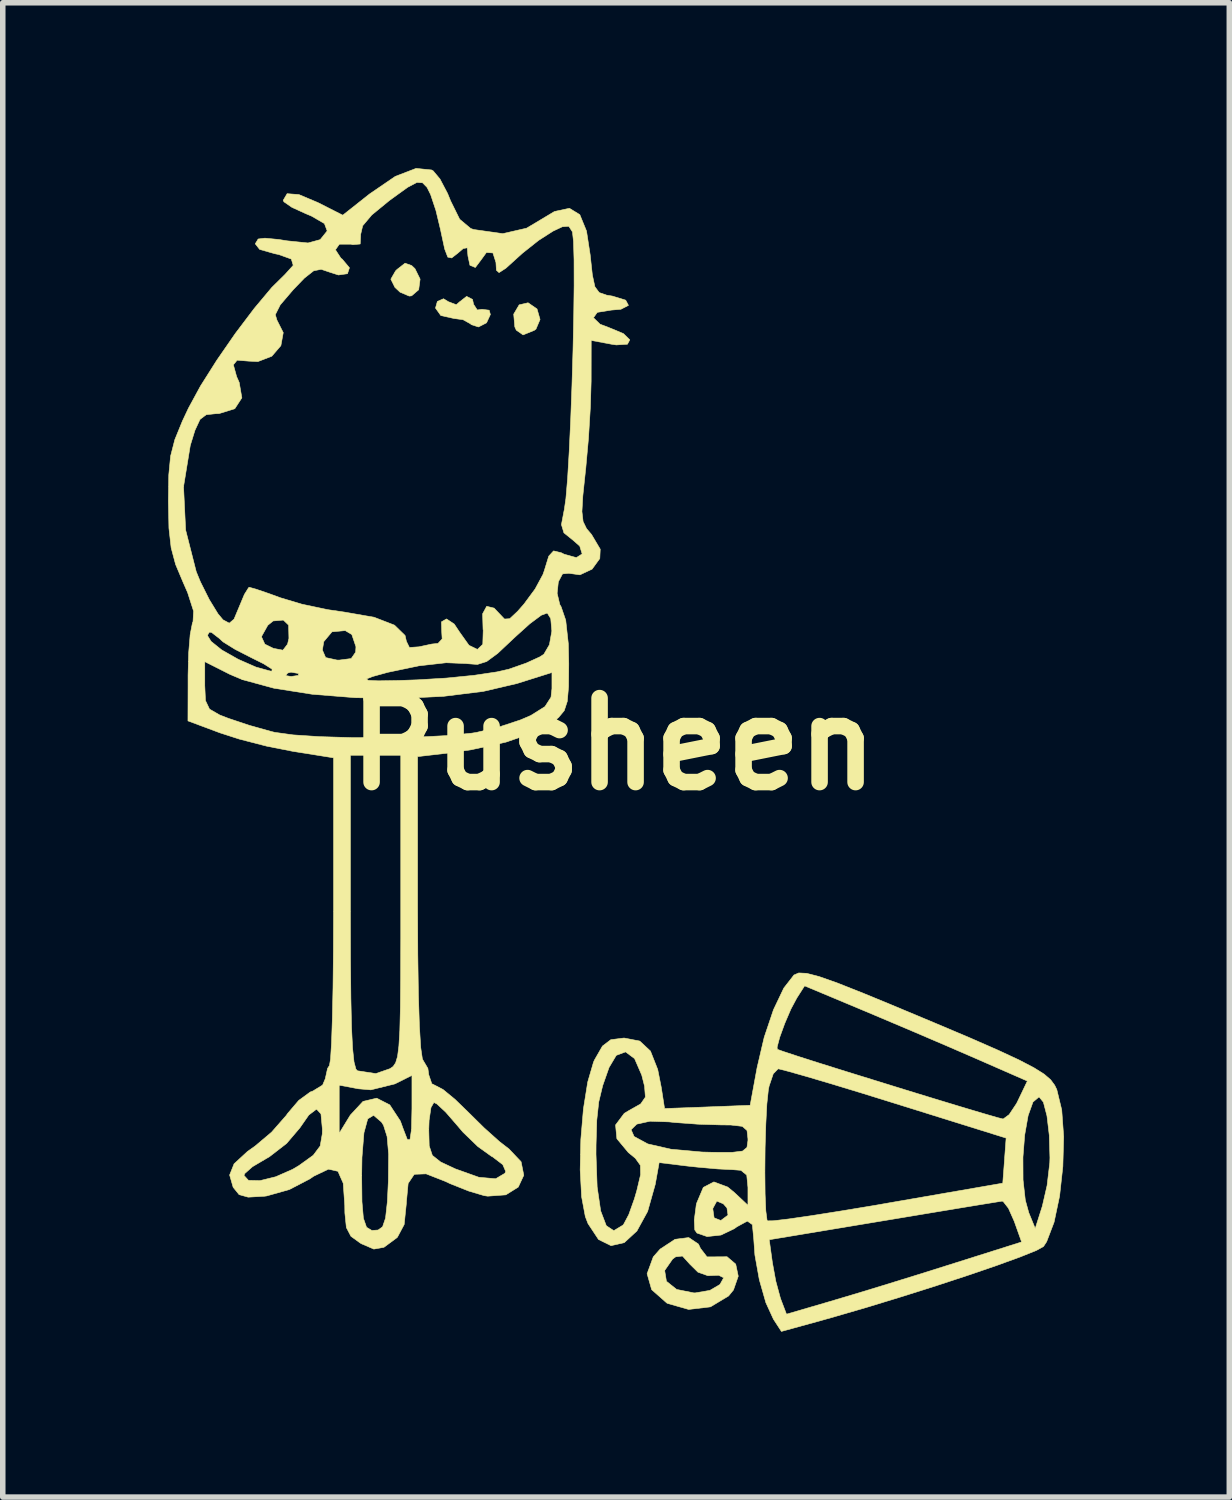
<source format=kicad_pcb>
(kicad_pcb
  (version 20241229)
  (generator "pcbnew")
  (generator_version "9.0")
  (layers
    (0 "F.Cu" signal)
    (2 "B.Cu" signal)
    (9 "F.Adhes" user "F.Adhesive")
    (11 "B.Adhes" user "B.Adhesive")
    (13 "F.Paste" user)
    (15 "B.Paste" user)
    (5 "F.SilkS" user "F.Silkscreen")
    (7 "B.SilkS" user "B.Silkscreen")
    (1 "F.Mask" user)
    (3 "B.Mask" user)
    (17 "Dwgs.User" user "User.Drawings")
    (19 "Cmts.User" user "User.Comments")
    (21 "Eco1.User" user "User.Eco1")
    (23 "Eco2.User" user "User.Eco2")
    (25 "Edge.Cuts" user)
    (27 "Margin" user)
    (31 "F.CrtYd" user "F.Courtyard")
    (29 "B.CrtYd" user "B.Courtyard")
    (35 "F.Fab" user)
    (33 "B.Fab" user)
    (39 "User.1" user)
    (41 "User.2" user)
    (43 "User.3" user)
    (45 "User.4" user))
  (footprint "Pusheen"
    (layer "F.Cu")
    (at 8.082 10.45)
    (property "Reference" "Pusheen" (at 0 0 0) (layer "F.SilkS") (effects (font (size 1.524 1.524) (thickness 0.3))))
    (attr through_hole)
    (fp_poly (pts (xy -1.389 -7.895) (xy -1.334 -7.704) (xy -1.408 -7.53) (xy -1.438 -7.507) (xy -1.642 -7.424) (xy -1.765 -7.51) (xy -1.792 -7.569) (xy -1.812 -7.801) (xy -1.713 -7.969) (xy -1.551 -8.007) (xy -1.389 -7.895)) (stroke (width 0.01) (type solid)) (fill yes) (layer "F.SilkS"))
    (fp_poly (pts (xy -3.663 -8.682) (xy -3.603 -8.625) (xy -3.51 -8.436) (xy -3.536 -8.243) (xy -3.664 -8.133) (xy -3.707 -8.128) (xy -3.874 -8.199) (xy -3.967 -8.286) (xy -4.041 -8.435) (xy -3.956 -8.584) (xy -3.928 -8.612) (xy -3.783 -8.725) (xy -3.663 -8.682)) (stroke (width 0.01) (type solid)) (fill yes) (layer "F.SilkS"))
    (fp_poly (pts (xy -2.559 -8.068) (xy -2.54 -7.979) (xy -2.473 -7.876) (xy -2.388 -7.888) (xy -2.257 -7.872) (xy -2.235 -7.794) (xy -2.305 -7.643) (xy -2.451 -7.568) (xy -2.584 -7.611) (xy -2.594 -7.624) (xy -2.732 -7.7) (xy -2.896 -7.722) (xy -3.134 -7.775) (xy -3.231 -7.911) (xy -3.197 -8.031) (xy -3.085 -8.08) (xy -2.997 -8.026) (xy -2.853 -7.971) (xy -2.797 -8.021) (xy -2.666 -8.123) (xy -2.559 -8.068)) (stroke (width 0.01) (type solid)) (fill yes) (layer "F.SilkS"))
    (fp_poly (pts (xy 1.54 9.071) (xy 1.576 9.148) (xy 1.695 9.303) (xy 1.812 9.303) (xy 2.059 9.301) (xy 2.216 9.435) (xy 2.262 9.654) (xy 2.175 9.904) (xy 2.086 10.013) (xy 1.758 10.21) (xy 1.362 10.257) (xy 0.977 10.147) (xy 0.965 10.14) (xy 0.691 9.898) (xy 0.608 9.608) (xy 0.63 9.55) (xy 0.927 9.55) (xy 0.959 9.746) (xy 1.144 9.894) (xy 1.457 9.957) (xy 1.481 9.957) (xy 1.748 9.911) (xy 1.93 9.804) (xy 1.998 9.682) (xy 1.907 9.637) (xy 1.711 9.645) (xy 1.531 9.581) (xy 1.385 9.437) (xy 1.25 9.288) (xy 1.127 9.302) (xy 1.071 9.343) (xy 0.927 9.55) (xy 0.63 9.55) (xy 0.72 9.304) (xy 0.845 9.162) (xy 1.116 8.984) (xy 1.364 8.953) (xy 1.54 9.071)) (stroke (width 0.01) (type solid)) (fill yes) (layer "F.SilkS"))
    (fp_poly (pts (xy 3.503 4.159) (xy 3.728 4.217) (xy 4.065 4.336) (xy 4.539 4.524) (xy 5.003 4.715) (xy 5.823 5.058) (xy 6.475 5.334) (xy 6.979 5.555) (xy 7.357 5.731) (xy 7.627 5.872) (xy 7.812 5.988) (xy 7.93 6.09) (xy 8.003 6.189) (xy 8.041 6.267) (xy 8.131 6.638) (xy 8.166 7.123) (xy 8.151 7.663) (xy 8.092 8.2) (xy 7.992 8.674) (xy 7.857 9.028) (xy 7.8 9.115) (xy 7.674 9.185) (xy 7.386 9.301) (xy 6.966 9.454) (xy 6.447 9.632) (xy 5.86 9.825) (xy 5.238 10.022) (xy 4.613 10.213) (xy 4.016 10.387) (xy 3.783 10.453) (xy 3.045 10.656) (xy 2.9 10.433) (xy 2.763 10.134) (xy 2.644 9.717) (xy 2.564 9.27) (xy 2.544 8.992) (xy 2.824 8.992) (xy 2.881 9.405) (xy 2.943 9.744) (xy 3.024 10.043) (xy 3.037 10.081) (xy 3.137 10.343) (xy 3.931 10.111) (xy 4.341 9.989) (xy 4.877 9.826) (xy 5.469 9.643) (xy 6.048 9.461) (xy 6.064 9.456) (xy 7.403 9.033) (xy 7.269 8.657) (xy 7.164 8.421) (xy 7.068 8.298) (xy 7.047 8.292) (xy 6.924 8.312) (xy 6.633 8.359) (xy 6.203 8.43) (xy 5.667 8.519) (xy 5.055 8.621) (xy 4.892 8.648) (xy 2.824 8.992) (xy 2.544 8.992) (xy 2.542 8.966) (xy 2.518 8.718) (xy 2.427 8.654) (xy 2.236 8.758) (xy 2.19 8.792) (xy 1.949 8.907) (xy 1.697 8.935) (xy 1.513 8.871) (xy 1.473 8.814) (xy 1.464 8.634) (xy 1.491 8.431) (xy 1.8 8.431) (xy 1.824 8.595) (xy 1.946 8.643) (xy 2.076 8.546) (xy 2.057 8.415) (xy 1.992 8.341) (xy 1.873 8.291) (xy 1.802 8.422) (xy 1.8 8.431) (xy 1.491 8.431) (xy 1.499 8.365) (xy 1.506 8.332) (xy 1.628 8.043) (xy 1.82 7.943) (xy 2.07 8.036) (xy 2.193 8.137) (xy 2.438 8.367) (xy 2.438 8.044) (xy 2.416 7.819) (xy 2.345 7.761) (xy 2.745 7.761) (xy 2.749 8.159) (xy 2.762 8.467) (xy 2.784 8.635) (xy 2.792 8.65) (xy 2.902 8.648) (xy 3.181 8.615) (xy 3.601 8.554) (xy 4.131 8.47) (xy 4.741 8.369) (xy 4.951 8.332) (xy 7.061 7.966) (xy 7.092 7.557) (xy 7.096 7.496) (xy 7.427 7.496) (xy 7.429 7.907) (xy 7.47 8.274) (xy 7.533 8.502) (xy 7.65 8.788) (xy 7.779 8.382) (xy 7.865 8.009) (xy 7.914 7.596) (xy 7.917 7.506) (xy 7.905 7.098) (xy 7.863 6.745) (xy 7.798 6.496) (xy 7.72 6.401) (xy 7.719 6.401) (xy 7.609 6.494) (xy 7.521 6.74) (xy 7.459 7.091) (xy 7.427 7.496) (xy 7.096 7.496) (xy 7.122 7.148) (xy 5.11 6.52) (xy 4.501 6.331) (xy 3.955 6.165) (xy 3.502 6.031) (xy 3.174 5.938) (xy 3.001 5.894) (xy 2.985 5.892) (xy 2.897 5.982) (xy 2.822 6.204) (xy 2.808 6.274) (xy 2.781 6.53) (xy 2.762 6.897) (xy 2.749 7.324) (xy 2.745 7.761) (xy 2.345 7.761) (xy 2.311 7.733) (xy 2.159 7.721) (xy 1.892 7.708) (xy 1.532 7.676) (xy 1.353 7.657) (xy 0.827 7.593) (xy 0.756 7.988) (xy 0.618 8.478) (xy 0.423 8.834) (xy 0.194 9.045) (xy -0.046 9.1) (xy -0.273 8.988) (xy -0.464 8.699) (xy -0.513 8.571) (xy -0.58 8.212) (xy -0.606 7.725) (xy -0.6 7.441) (xy -0.319 7.441) (xy -0.298 8.034) (xy -0.234 8.47) (xy -0.132 8.738) (xy 0.004 8.828) (xy 0.169 8.728) (xy 0.185 8.708) (xy 0.276 8.536) (xy 0.378 8.25) (xy 0.421 8.103) (xy 0.49 7.813) (xy 0.487 7.643) (xy 0.395 7.514) (xy 0.268 7.41) (xy 0.06 7.16) (xy 0.044 6.996) (xy 0.318 6.996) (xy 0.372 7.119) (xy 0.621 7.254) (xy 1.041 7.35) (xy 1.606 7.401) (xy 1.803 7.406) (xy 2.15 7.407) (xy 2.34 7.384) (xy 2.42 7.318) (xy 2.438 7.192) (xy 2.438 7.163) (xy 2.421 7.01) (xy 2.335 6.935) (xy 2.127 6.911) (xy 1.945 6.909) (xy 1.53 6.896) (xy 1.106 6.865) (xy 1.005 6.854) (xy 0.661 6.842) (xy 0.421 6.895) (xy 0.318 6.996) (xy 0.044 6.996) (xy 0.036 6.91) (xy 0.194 6.699) (xy 0.281 6.647) (xy 0.492 6.528) (xy 0.577 6.405) (xy 0.562 6.206) (xy 0.511 6.005) (xy 0.381 5.706) (xy 0.217 5.584) (xy 0.049 5.647) (xy -0.082 5.867) (xy -0.198 6.197) (xy -0.269 6.492) (xy -0.305 6.825) (xy -0.318 7.267) (xy -0.319 7.441) (xy -0.6 7.441) (xy -0.594 7.172) (xy -0.547 6.619) (xy -0.469 6.131) (xy -0.364 5.771) (xy -0.348 5.734) (xy -0.202 5.479) (xy -0.05 5.363) (xy 0.178 5.334) (xy 0.199 5.334) (xy 0.475 5.388) (xy 0.669 5.569) (xy 0.801 5.904) (xy 0.865 6.227) (xy 0.925 6.612) (xy 1.701 6.583) (xy 2.478 6.553) (xy 2.603 5.874) (xy 2.691 5.497) (xy 2.967 5.497) (xy 2.971 5.538) (xy 3.08 5.577) (xy 3.347 5.665) (xy 3.739 5.79) (xy 4.218 5.94) (xy 4.751 6.105) (xy 5.3 6.275) (xy 5.832 6.438) (xy 6.31 6.583) (xy 6.699 6.699) (xy 6.964 6.776) (xy 7.068 6.802) (xy 7.177 6.722) (xy 7.312 6.519) (xy 7.341 6.46) (xy 7.507 6.113) (xy 6.573 5.704) (xy 6.061 5.482) (xy 5.456 5.223) (xy 4.852 4.967) (xy 4.553 4.841) (xy 3.466 4.386) (xy 3.325 4.606) (xy 3.218 4.806) (xy 3.106 5.067) (xy 3.014 5.32) (xy 2.967 5.497) (xy 2.691 5.497) (xy 2.733 5.319) (xy 2.901 4.82) (xy 3.088 4.427) (xy 3.273 4.189) (xy 3.36 4.152) (xy 3.503 4.159)) (stroke (width 0.01) (type solid)) (fill yes) (layer "F.SilkS"))
    (fp_poly (pts (xy -3.301 -10.416) (xy -3.273 -10.4) (xy -3.15 -10.253) (xy -3.011 -9.989) (xy -2.957 -9.856) (xy -2.792 -9.522) (xy -2.592 -9.355) (xy -2.539 -9.336) (xy -2.01 -9.261) (xy -1.579 -9.36) (xy -1.444 -9.44) (xy -1.072 -9.663) (xy -0.801 -9.721) (xy -0.613 -9.606) (xy -0.491 -9.308) (xy -0.425 -8.88) (xy -0.385 -8.512) (xy -0.339 -8.298) (xy -0.261 -8.192) (xy -0.125 -8.145) (xy -0.021 -8.128) (xy 0.22 -8.054) (xy 0.27 -7.96) (xy 0.133 -7.889) (xy -0.042 -7.874) (xy -0.296 -7.833) (xy -0.365 -7.735) (xy -0.245 -7.618) (xy -0.087 -7.558) (xy 0.178 -7.448) (xy 0.294 -7.335) (xy 0.252 -7.255) (xy 0.049 -7.242) (xy -0.038 -7.255) (xy -0.406 -7.324) (xy -0.407 -6.583) (xy -0.421 -6.113) (xy -0.455 -5.552) (xy -0.504 -5.01) (xy -0.512 -4.937) (xy -0.558 -4.502) (xy -0.574 -4.219) (xy -0.553 -4.038) (xy -0.491 -3.91) (xy -0.4 -3.803) (xy -0.242 -3.536) (xy -0.25 -3.367) (xy -0.39 -3.174) (xy -0.61 -3.071) (xy -0.813 -3.099) (xy -0.926 -3.088) (xy -1.002 -2.944) (xy -1.024 -2.736) (xy -0.976 -2.533) (xy -0.952 -2.492) (xy -0.868 -2.247) (xy -0.821 -1.82) (xy -0.813 -1.458) (xy -0.817 -1.041) (xy -0.84 -0.775) (xy -0.895 -0.607) (xy -0.996 -0.485) (xy -1.083 -0.412) (xy -1.441 -0.211) (xy -1.955 -0.035) (xy -2.579 0.102) (xy -2.972 0.159) (xy -3.556 0.227) (xy -3.556 2.952) (xy -3.552 3.824) (xy -3.541 4.548) (xy -3.523 5.113) (xy -3.499 5.505) (xy -3.469 5.711) (xy -3.454 5.74) (xy -3.369 5.884) (xy -3.353 6) (xy -3.298 6.162) (xy -3.226 6.198) (xy -3.095 6.266) (xy -2.876 6.446) (xy -2.635 6.68) (xy -2.346 6.965) (xy -2.069 7.213) (xy -1.898 7.345) (xy -1.678 7.577) (xy -1.629 7.822) (xy -1.729 8.037) (xy -1.955 8.178) (xy -2.283 8.202) (xy -2.349 8.192) (xy -2.628 8.109) (xy -2.963 7.976) (xy -3.054 7.933) (xy -3.401 7.797) (xy -3.616 7.805) (xy -3.727 7.97) (xy -3.759 8.309) (xy -3.759 8.326) (xy -3.799 8.716) (xy -3.922 8.947) (xy -3.937 8.96) (xy -4.167 9.13) (xy -4.35 9.162) (xy -4.573 9.066) (xy -4.597 9.052) (xy -4.765 8.93) (xy -4.848 8.771) (xy -4.875 8.507) (xy -4.877 8.369) (xy -4.905 7.967) (xy -4.965 7.832) (xy -4.57 7.832) (xy -4.565 8.302) (xy -4.539 8.603) (xy -4.482 8.766) (xy -4.386 8.824) (xy -4.272 8.816) (xy -4.191 8.758) (xy -4.137 8.599) (xy -4.104 8.301) (xy -4.086 7.923) (xy -4.081 7.442) (xy -4.109 7.12) (xy -4.174 6.915) (xy -4.211 6.857) (xy -4.354 6.735) (xy -4.46 6.799) (xy -4.529 7.052) (xy -4.565 7.5) (xy -4.57 7.832) (xy -4.965 7.832) (xy -5 7.751) (xy -5.173 7.712) (xy -5.439 7.839) (xy -5.512 7.889) (xy -5.883 8.082) (xy -6.295 8.198) (xy -6.334 8.203) (xy -6.629 8.22) (xy -6.794 8.174) (xy -6.899 8.044) (xy -6.903 8.037) (xy -6.964 7.825) (xy -6.706 7.825) (xy -6.624 7.915) (xy -6.415 7.92) (xy -6.13 7.85) (xy -5.823 7.715) (xy -5.71 7.648) (xy -5.449 7.46) (xy -5.323 7.292) (xy -5.285 7.073) (xy -5.283 6.988) (xy -5.309 6.709) (xy -5.389 6.623) (xy -5.529 6.729) (xy -5.692 6.963) (xy -5.933 7.246) (xy -6.246 7.488) (xy -6.309 7.524) (xy -6.551 7.667) (xy -6.691 7.791) (xy -6.706 7.825) (xy -6.964 7.825) (xy -6.966 7.818) (xy -6.885 7.615) (xy -6.641 7.39) (xy -6.505 7.294) (xy -6.205 7.041) (xy -5.939 6.738) (xy -5.915 6.703) (xy -5.712 6.465) (xy -5.503 6.312) (xy -5.455 6.294) (xy -5.282 6.188) (xy -4.978 6.188) (xy -4.978 6.625) (xy -4.978 7.061) (xy -4.776 6.731) (xy -4.546 6.483) (xy -4.298 6.424) (xy -4.061 6.545) (xy -3.868 6.839) (xy -3.815 6.985) (xy -3.742 7.174) (xy -3.694 7.177) (xy -3.667 6.997) (xy -3.353 6.997) (xy -3.345 7.29) (xy -3.288 7.462) (xy -3.137 7.582) (xy -2.87 7.707) (xy -2.444 7.859) (xy -2.139 7.886) (xy -1.972 7.787) (xy -1.957 7.753) (xy -2.01 7.63) (xy -2.193 7.49) (xy -2.218 7.477) (xy -2.462 7.302) (xy -2.733 7.04) (xy -2.842 6.912) (xy -3.044 6.679) (xy -3.204 6.53) (xy -3.26 6.502) (xy -3.313 6.594) (xy -3.347 6.826) (xy -3.353 6.997) (xy -3.667 6.997) (xy -3.666 6.988) (xy -3.658 6.612) (xy -3.658 6.01) (xy -3.968 6.165) (xy -4.404 6.273) (xy -4.628 6.254) (xy -4.978 6.188) (xy -5.282 6.188) (xy -5.279 6.186) (xy -5.231 6.073) (xy -5.189 5.883) (xy -5.155 5.832) (xy -5.135 5.715) (xy -5.117 5.421) (xy -5.102 4.978) (xy -5.09 4.414) (xy -5.083 3.754) (xy -5.08 3.027) (xy -5.08 3.003) (xy -5.08 0.249) (xy -5.368 0.203) (xy -4.775 0.203) (xy -4.775 3.04) (xy -4.773 3.921) (xy -4.766 4.617) (xy -4.754 5.144) (xy -4.735 5.522) (xy -4.709 5.767) (xy -4.675 5.896) (xy -4.648 5.927) (xy -4.314 5.978) (xy -4.057 5.889) (xy -3.999 5.849) (xy -3.954 5.782) (xy -3.919 5.666) (xy -3.895 5.476) (xy -3.878 5.191) (xy -3.868 4.786) (xy -3.863 4.238) (xy -3.861 3.525) (xy -3.861 2.994) (xy -3.861 0.203) (xy -4.775 0.203) (xy -5.368 0.203) (xy -5.82 0.131) (xy -6.296 0.037) (xy -6.791 -0.091) (xy -7.141 -0.204) (xy -7.722 -0.421) (xy -7.72 -1.061) (xy -7.417 -1.061) (xy -7.404 -0.789) (xy -7.331 -0.635) (xy -7.146 -0.528) (xy -6.985 -0.466) (xy -6.605 -0.339) (xy -6.216 -0.23) (xy -6.147 -0.213) (xy -5.814 -0.167) (xy -5.333 -0.135) (xy -4.756 -0.118) (xy -4.138 -0.116) (xy -3.533 -0.128) (xy -2.993 -0.156) (xy -2.574 -0.198) (xy -2.486 -0.212) (xy -2.079 -0.31) (xy -1.688 -0.439) (xy -1.502 -0.519) (xy -1.245 -0.68) (xy -1.135 -0.851) (xy -1.118 -1.007) (xy -1.118 -1.299) (xy -1.753 -1.099) (xy -2.365 -0.956) (xy -3.091 -0.866) (xy -3.881 -0.828) (xy -4.688 -0.842) (xy -5.465 -0.904) (xy -6.163 -1.014) (xy -6.735 -1.17) (xy -6.766 -1.183) (xy -4.482 -1.183) (xy -4.454 -1.157) (xy -4.268 -1.148) (xy -3.906 -1.154) (xy -3.556 -1.166) (xy -3.031 -1.198) (xy -2.529 -1.248) (xy -2.115 -1.31) (xy -1.9 -1.359) (xy -1.584 -1.47) (xy -1.337 -1.583) (xy -1.265 -1.63) (xy -1.164 -1.803) (xy -1.12 -2.051) (xy -1.14 -2.277) (xy -1.203 -2.378) (xy -1.312 -2.338) (xy -1.519 -2.184) (xy -1.782 -1.947) (xy -1.815 -1.916) (xy -2.102 -1.646) (xy -2.303 -1.498) (xy -2.471 -1.445) (xy -2.657 -1.459) (xy -2.669 -1.461) (xy -3.037 -1.476) (xy -3.533 -1.42) (xy -4.097 -1.302) (xy -4.369 -1.227) (xy -4.482 -1.183) (xy -6.766 -1.183) (xy -6.908 -1.243) (xy -5.95 -1.243) (xy -5.85 -1.227) (xy -5.719 -1.246) (xy -5.717 -1.281) (xy -5.853 -1.305) (xy -5.912 -1.289) (xy -5.95 -1.243) (xy -6.908 -1.243) (xy -6.964 -1.267) (xy -7.417 -1.496) (xy -7.417 -1.061) (xy -7.72 -1.061) (xy -7.72 -1.252) (xy -7.709 -1.657) (xy -7.683 -1.971) (xy -7.369 -1.971) (xy -7.302 -1.863) (xy -7.109 -1.708) (xy -6.809 -1.538) (xy -6.488 -1.397) (xy -6.231 -1.326) (xy -6.198 -1.324) (xy -6.196 -1.36) (xy -6.347 -1.456) (xy -6.566 -1.565) (xy -6.865 -1.718) (xy -7.084 -1.854) (xy -7.156 -1.92) (xy -7.194 -1.949) (xy -6.389 -1.949) (xy -6.327 -1.813) (xy -6.172 -1.737) (xy -5.999 -1.704) (xy -5.996 -1.707) (xy -5.283 -1.707) (xy -5.224 -1.57) (xy -5.019 -1.525) (xy -4.978 -1.524) (xy -4.76 -1.552) (xy -4.68 -1.668) (xy -4.674 -1.766) (xy -4.749 -1.988) (xy -4.868 -2.059) (xy -5.109 -2.037) (xy -5.258 -1.859) (xy -5.283 -1.707) (xy -5.996 -1.707) (xy -5.915 -1.813) (xy -5.89 -1.918) (xy -5.896 -2.159) (xy -5.991 -2.25) (xy -6.177 -2.234) (xy -6.274 -2.155) (xy -6.389 -1.949) (xy -7.194 -1.949) (xy -7.294 -2.026) (xy -7.334 -2.032) (xy -7.369 -1.971) (xy -7.683 -1.971) (xy -7.681 -1.992) (xy -7.641 -2.197) (xy -7.63 -2.223) (xy -7.62 -2.413) (xy -7.728 -2.749) (xy -7.809 -2.934) (xy -7.946 -3.259) (xy -8.027 -3.562) (xy -8.067 -3.917) (xy -8.077 -4.398) (xy -8.077 -4.42) (xy -8.073 -4.672) (xy -7.802 -4.672) (xy -7.764 -3.884) (xy -7.572 -3.129) (xy -7.497 -2.946) (xy -7.335 -2.622) (xy -7.177 -2.364) (xy -7.086 -2.255) (xy -6.972 -2.194) (xy -6.886 -2.267) (xy -6.795 -2.484) (xy -6.698 -2.716) (xy -6.621 -2.839) (xy -6.609 -2.845) (xy -6.49 -2.812) (xy -6.244 -2.728) (xy -6.045 -2.655) (xy -5.654 -2.538) (xy -5.185 -2.439) (xy -4.877 -2.394) (xy -4.344 -2.301) (xy -3.975 -2.158) (xy -3.783 -1.971) (xy -3.759 -1.865) (xy -3.704 -1.753) (xy -3.531 -1.765) (xy -3.299 -1.815) (xy -3.185 -1.827) (xy -3.11 -1.908) (xy -3.117 -2.021) (xy -3.123 -2.218) (xy -3.031 -2.271) (xy -2.891 -2.178) (xy -2.796 -2.035) (xy -2.623 -1.792) (xy -2.47 -1.718) (xy -2.373 -1.81) (xy -2.365 -2.065) (xy -2.368 -2.081) (xy -2.376 -2.364) (xy -2.302 -2.5) (xy -2.167 -2.467) (xy -2.077 -2.372) (xy -1.979 -2.269) (xy -1.884 -2.275) (xy -1.741 -2.409) (xy -1.626 -2.54) (xy -1.423 -2.815) (xy -1.281 -3.078) (xy -1.256 -3.15) (xy -1.176 -3.41) (xy -1.089 -3.505) (xy -0.95 -3.472) (xy -0.897 -3.445) (xy -0.675 -3.383) (xy -0.57 -3.45) (xy -0.614 -3.593) (xy -0.74 -3.703) (xy -0.901 -3.833) (xy -0.946 -3.982) (xy -0.898 -4.236) (xy -0.895 -4.246) (xy -0.865 -4.455) (xy -0.834 -4.821) (xy -0.805 -5.309) (xy -0.778 -5.883) (xy -0.755 -6.507) (xy -0.736 -7.145) (xy -0.723 -7.761) (xy -0.716 -8.32) (xy -0.717 -8.785) (xy -0.727 -9.12) (xy -0.746 -9.291) (xy -0.747 -9.294) (xy -0.812 -9.395) (xy -0.93 -9.386) (xy -1.098 -9.307) (xy -1.36 -9.139) (xy -1.651 -8.908) (xy -1.72 -8.846) (xy -1.954 -8.634) (xy -2.078 -8.554) (xy -2.126 -8.597) (xy -2.134 -8.738) (xy -2.189 -8.911) (xy -2.307 -8.919) (xy -2.402 -8.788) (xy -2.508 -8.647) (xy -2.606 -8.687) (xy -2.642 -8.855) (xy -2.655 -9.004) (xy -2.728 -8.991) (xy -2.831 -8.903) (xy -2.938 -8.82) (xy -3.008 -8.835) (xy -3.064 -8.982) (xy -3.131 -9.292) (xy -3.138 -9.327) (xy -3.223 -9.681) (xy -3.32 -9.972) (xy -3.384 -10.1) (xy -3.466 -10.184) (xy -3.569 -10.19) (xy -3.736 -10.102) (xy -4.01 -9.904) (xy -4.069 -9.861) (xy -4.387 -9.6) (xy -4.552 -9.404) (xy -4.59 -9.242) (xy -4.589 -9.229) (xy -4.597 -9.073) (xy -4.732 -9.061) (xy -4.766 -9.07) (xy -4.975 -9.07) (xy -5.046 -8.968) (xy -4.947 -8.816) (xy -4.922 -8.797) (xy -4.792 -8.642) (xy -4.828 -8.534) (xy -4.992 -8.511) (xy -5.145 -8.56) (xy -5.305 -8.614) (xy -5.441 -8.587) (xy -5.61 -8.454) (xy -5.814 -8.242) (xy -6.048 -7.968) (xy -6.137 -7.791) (xy -6.108 -7.693) (xy -5.993 -7.465) (xy -6.036 -7.229) (xy -6.201 -7.037) (xy -6.453 -6.94) (xy -6.621 -6.948) (xy -6.83 -6.965) (xy -6.898 -6.881) (xy -6.839 -6.667) (xy -6.792 -6.561) (xy -6.744 -6.282) (xy -6.872 -6.085) (xy -7.155 -5.997) (xy -7.223 -5.994) (xy -7.391 -5.976) (xy -7.503 -5.891) (xy -7.595 -5.693) (xy -7.68 -5.418) (xy -7.802 -4.672) (xy -8.073 -4.672) (xy -8.07 -4.884) (xy -8.037 -5.225) (xy -7.96 -5.524) (xy -7.823 -5.86) (xy -7.712 -6.096) (xy -7.494 -6.497) (xy -7.198 -6.965) (xy -6.861 -7.452) (xy -6.517 -7.907) (xy -6.202 -8.283) (xy -5.961 -8.521) (xy -5.812 -8.686) (xy -5.847 -8.8) (xy -6.074 -8.882) (xy -6.147 -8.897) (xy -6.421 -8.975) (xy -6.501 -9.077) (xy -6.448 -9.164) (xy -6.325 -9.179) (xy -6.074 -9.155) (xy -5.925 -9.131) (xy -5.543 -9.092) (xy -5.324 -9.152) (xy -5.319 -9.157) (xy -5.196 -9.31) (xy -5.246 -9.444) (xy -5.481 -9.58) (xy -5.588 -9.625) (xy -5.837 -9.739) (xy -5.98 -9.838) (xy -5.994 -9.865) (xy -5.923 -9.986) (xy -5.709 -9.97) (xy -5.365 -9.825) (xy -4.913 -9.596) (xy -4.428 -9.98) (xy -3.96 -10.3) (xy -3.583 -10.445) (xy -3.301 -10.416)) (stroke (width 0.01) (type solid)) (fill yes) (layer "F.SilkS")))
  (gr_rect
    (start -3 -3)
    (end 19.253 24.111)
    (stroke (width 0.1) (type default))
    (fill no)
    (layer "Edge.Cuts")))
</source>
